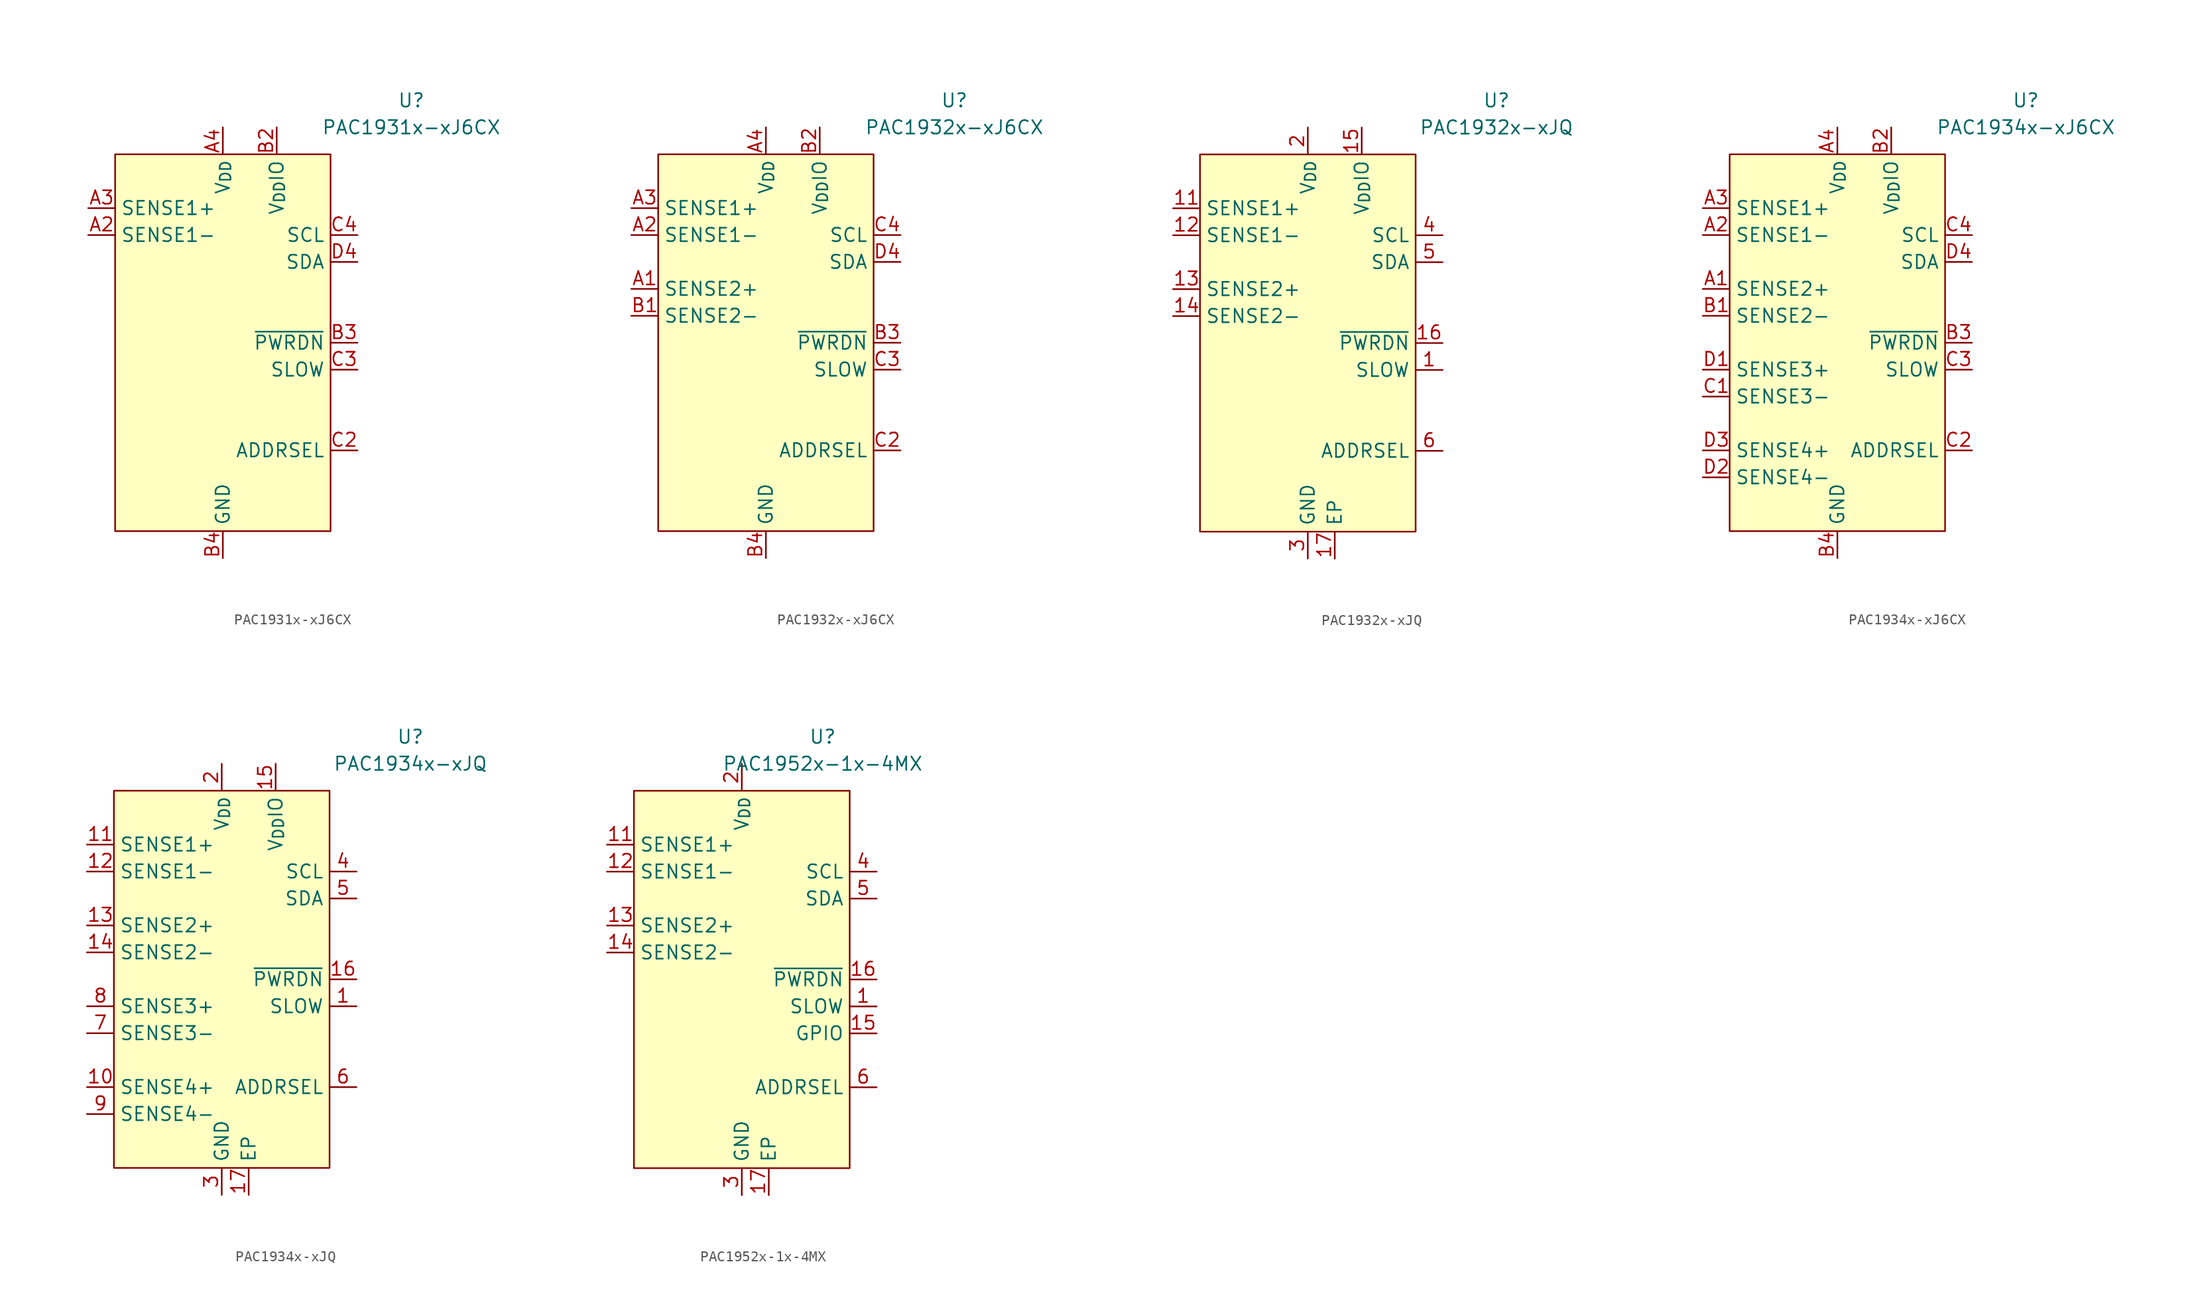
<source format=kicad_sym>
(kicad_symbol_lib
  (version 20211014)
  (generator kicad_symbol_editor)
  (symbol "PAC1931x-xJ6CX"
    (property "Reference" "U"
      (at 17.78 22.86 0)
      (effects (font (size 1.27 1.27))))
    (property "Value" "PAC1931x-xJ6CX"
      (at 17.78 20.32 0)
      (effects (font (size 1.27 1.27))))
    (symbol "PAC1931x-xJ6CX_0_0"
      (pin passive line (at 0 -20.32 90) (length 2.54) hide (name "GND" (effects (font (size 1.27 1.27)))) (number "A1" (effects (font (size 1.27 1.27)))))
      (pin input line (at -12.7 10.16 0) (length 2.54) (name "SENSE1-" (effects (font (size 1.27 1.27)))) (number "A2" (effects (font (size 1.27 1.27)))))
      (pin input line (at -12.7 12.7 0) (length 2.54) (name "SENSE1+" (effects (font (size 1.27 1.27)))) (number "A3" (effects (font (size 1.27 1.27)))))
      (pin power_in line (at 0 20.32 270) (length 2.54) (name "V_{DD}" (effects (font (size 1.27 1.27)))) (number "A4" (effects (font (size 1.27 1.27)))))
      (pin passive line (at 0 -20.32 90) (length 2.54) hide (name "GND" (effects (font (size 1.27 1.27)))) (number "B1" (effects (font (size 1.27 1.27)))))
      (pin input line (at 5.08 20.32 270) (length 2.54) (name "V_{DD}IO" (effects (font (size 1.27 1.27)))) (number "B2" (effects (font (size 1.27 1.27)))))
      (pin input line (at 12.7 0 180) (length 2.54) (name "~{PWRDN}" (effects (font (size 1.27 1.27)))) (number "B3" (effects (font (size 1.27 1.27)))))
      (pin power_in line (at 0 -20.32 90) (length 2.54) (name "GND" (effects (font (size 1.27 1.27)))) (number "B4" (effects (font (size 1.27 1.27)))))
      (pin passive line (at 0 -20.32 90) (length 2.54) hide (name "GND" (effects (font (size 1.27 1.27)))) (number "C1" (effects (font (size 1.27 1.27)))))
      (pin passive line (at 12.7 -10.16 180) (length 2.54) (name "ADDRSEL" (effects (font (size 1.27 1.27)))) (number "C2" (effects (font (size 1.27 1.27)))))
      (pin input line (at 12.7 -2.54 180) (length 2.54) (name "SLOW" (effects (font (size 1.27 1.27)))) (number "C3" (effects (font (size 1.27 1.27)))) (alternate "~{ALERT1}" open_collector line))
      (pin input line (at 12.7 10.16 180) (length 2.54) (name "SCL" (effects (font (size 1.27 1.27)))) (number "C4" (effects (font (size 1.27 1.27)))) (alternate "SM_CLK" input line))
      (pin passive line (at 0 -20.32 90) (length 2.54) hide (name "GND" (effects (font (size 1.27 1.27)))) (number "D1" (effects (font (size 1.27 1.27)))))
      (pin passive line (at 0 -20.32 90) (length 2.54) hide (name "GND" (effects (font (size 1.27 1.27)))) (number "D2" (effects (font (size 1.27 1.27)))))
      (pin passive line (at 0 -20.32 90) (length 2.54) hide (name "GND" (effects (font (size 1.27 1.27)))) (number "D3" (effects (font (size 1.27 1.27)))))
      (pin bidirectional line (at 12.7 7.62 180) (length 2.54) (name "SDA" (effects (font (size 1.27 1.27)))) (number "D4" (effects (font (size 1.27 1.27)))) (alternate "SM_DATA" bidirectional line)))
    (symbol "PAC1931x-xJ6CX_0_1"
      (rectangle (start -10.16 17.78) (end 10.16 -17.78) (stroke (width 0) (type default) (color 0 0 0 0)) (fill (type background)))))
  (symbol "PAC1932x-xJ6CX"
    (property "Reference" "U"
      (at 17.78 22.86 0)
      (effects (font (size 1.27 1.27))))
    (property "Value" "PAC1932x-xJ6CX"
      (at 17.78 20.32 0)
      (effects (font (size 1.27 1.27))))
    (symbol "PAC1932x-xJ6CX_0_0"
      (pin input line (at -12.7 5.08 0) (length 2.54) (name "SENSE2+" (effects (font (size 1.27 1.27)))) (number "A1" (effects (font (size 1.27 1.27)))))
      (pin input line (at -12.7 10.16 0) (length 2.54) (name "SENSE1-" (effects (font (size 1.27 1.27)))) (number "A2" (effects (font (size 1.27 1.27)))))
      (pin input line (at -12.7 12.7 0) (length 2.54) (name "SENSE1+" (effects (font (size 1.27 1.27)))) (number "A3" (effects (font (size 1.27 1.27)))))
      (pin power_in line (at 0 20.32 270) (length 2.54) (name "V_{DD}" (effects (font (size 1.27 1.27)))) (number "A4" (effects (font (size 1.27 1.27)))))
      (pin input line (at -12.7 2.54 0) (length 2.54) (name "SENSE2-" (effects (font (size 1.27 1.27)))) (number "B1" (effects (font (size 1.27 1.27)))))
      (pin input line (at 5.08 20.32 270) (length 2.54) (name "V_{DD}IO" (effects (font (size 1.27 1.27)))) (number "B2" (effects (font (size 1.27 1.27)))))
      (pin input line (at 12.7 0 180) (length 2.54) (name "~{PWRDN}" (effects (font (size 1.27 1.27)))) (number "B3" (effects (font (size 1.27 1.27)))))
      (pin power_in line (at 0 -20.32 90) (length 2.54) (name "GND" (effects (font (size 1.27 1.27)))) (number "B4" (effects (font (size 1.27 1.27)))))
      (pin passive line (at 0 -20.32 90) (length 2.54) hide (name "GND" (effects (font (size 1.27 1.27)))) (number "C1" (effects (font (size 1.27 1.27)))))
      (pin passive line (at 12.7 -10.16 180) (length 2.54) (name "ADDRSEL" (effects (font (size 1.27 1.27)))) (number "C2" (effects (font (size 1.27 1.27)))))
      (pin input line (at 12.7 -2.54 180) (length 2.54) (name "SLOW" (effects (font (size 1.27 1.27)))) (number "C3" (effects (font (size 1.27 1.27)))) (alternate "~{ALERT1}" open_collector line))
      (pin input line (at 12.7 10.16 180) (length 2.54) (name "SCL" (effects (font (size 1.27 1.27)))) (number "C4" (effects (font (size 1.27 1.27)))) (alternate "SM_CLK" input line))
      (pin passive line (at 0 -20.32 90) (length 2.54) hide (name "GND" (effects (font (size 1.27 1.27)))) (number "D1" (effects (font (size 1.27 1.27)))))
      (pin passive line (at 0 -20.32 90) (length 2.54) hide (name "GND" (effects (font (size 1.27 1.27)))) (number "D2" (effects (font (size 1.27 1.27)))))
      (pin passive line (at 0 -20.32 90) (length 2.54) hide (name "GND" (effects (font (size 1.27 1.27)))) (number "D3" (effects (font (size 1.27 1.27)))))
      (pin bidirectional line (at 12.7 7.62 180) (length 2.54) (name "SDA" (effects (font (size 1.27 1.27)))) (number "D4" (effects (font (size 1.27 1.27)))) (alternate "SM_DATA" bidirectional line)))
    (symbol "PAC1932x-xJ6CX_0_1"
      (rectangle (start -10.16 17.78) (end 10.16 -17.78) (stroke (width 0) (type default) (color 0 0 0 0)) (fill (type background)))))
  (symbol "PAC1932x-xJQ"
    (property "Reference" "U"
      (at 17.78 22.86 0)
      (effects (font (size 1.27 1.27))))
    (property "Value" "PAC1932x-xJQ"
      (at 17.78 20.32 0)
      (effects (font (size 1.27 1.27))))
    (symbol "PAC1932x-xJQ_0_0"
      (pin input line (at 12.7 -2.54 180) (length 2.54) (name "SLOW" (effects (font (size 1.27 1.27)))) (number "1" (effects (font (size 1.27 1.27)))) (alternate "~{ALERT1}" open_collector line))
      (pin passive line (at 0 -20.32 90) (length 2.54) hide (name "GND" (effects (font (size 1.27 1.27)))) (number "10" (effects (font (size 1.27 1.27)))))
      (pin input line (at -12.7 12.7 0) (length 2.54) (name "SENSE1+" (effects (font (size 1.27 1.27)))) (number "11" (effects (font (size 1.27 1.27)))))
      (pin input line (at -12.7 10.16 0) (length 2.54) (name "SENSE1-" (effects (font (size 1.27 1.27)))) (number "12" (effects (font (size 1.27 1.27)))))
      (pin input line (at -12.7 5.08 0) (length 2.54) (name "SENSE2+" (effects (font (size 1.27 1.27)))) (number "13" (effects (font (size 1.27 1.27)))))
      (pin input line (at -12.7 2.54 0) (length 2.54) (name "SENSE2-" (effects (font (size 1.27 1.27)))) (number "14" (effects (font (size 1.27 1.27)))))
      (pin input line (at 5.08 20.32 270) (length 2.54) (name "V_{DD}IO" (effects (font (size 1.27 1.27)))) (number "15" (effects (font (size 1.27 1.27)))))
      (pin input line (at 12.7 0 180) (length 2.54) (name "~{PWRDN}" (effects (font (size 1.27 1.27)))) (number "16" (effects (font (size 1.27 1.27)))))
      (pin passive line (at 2.54 -20.32 90) (length 2.54) (name "EP" (effects (font (size 1.27 1.27)))) (number "17" (effects (font (size 1.27 1.27)))))
      (pin power_in line (at 0 20.32 270) (length 2.54) (name "V_{DD}" (effects (font (size 1.27 1.27)))) (number "2" (effects (font (size 1.27 1.27)))))
      (pin power_in line (at 0 -20.32 90) (length 2.54) (name "GND" (effects (font (size 1.27 1.27)))) (number "3" (effects (font (size 1.27 1.27)))))
      (pin input line (at 12.7 10.16 180) (length 2.54) (name "SCL" (effects (font (size 1.27 1.27)))) (number "4" (effects (font (size 1.27 1.27)))) (alternate "SM_CLK" input line))
      (pin bidirectional line (at 12.7 7.62 180) (length 2.54) (name "SDA" (effects (font (size 1.27 1.27)))) (number "5" (effects (font (size 1.27 1.27)))) (alternate "SM_DATA" bidirectional line))
      (pin passive line (at 12.7 -10.16 180) (length 2.54) (name "ADDRSEL" (effects (font (size 1.27 1.27)))) (number "6" (effects (font (size 1.27 1.27)))))
      (pin passive line (at 0 -20.32 90) (length 2.54) hide (name "GND" (effects (font (size 1.27 1.27)))) (number "7" (effects (font (size 1.27 1.27)))))
      (pin passive line (at 0 -20.32 90) (length 2.54) hide (name "GND" (effects (font (size 1.27 1.27)))) (number "8" (effects (font (size 1.27 1.27)))))
      (pin passive line (at 0 -20.32 90) (length 2.54) hide (name "GND" (effects (font (size 1.27 1.27)))) (number "9" (effects (font (size 1.27 1.27))))))
    (symbol "PAC1932x-xJQ_0_1"
      (rectangle (start -10.16 17.78) (end 10.16 -17.78) (stroke (width 0) (type default) (color 0 0 0 0)) (fill (type background)))))
  (symbol "PAC1934x-xJ6CX"
    (property "Reference" "U"
      (at 17.78 22.86 0)
      (effects (font (size 1.27 1.27))))
    (property "Value" "PAC1934x-xJ6CX"
      (at 17.78 20.32 0)
      (effects (font (size 1.27 1.27))))
    (symbol "PAC1934x-xJ6CX_0_0"
      (pin input line (at -12.7 5.08 0) (length 2.54) (name "SENSE2+" (effects (font (size 1.27 1.27)))) (number "A1" (effects (font (size 1.27 1.27)))))
      (pin input line (at -12.7 10.16 0) (length 2.54) (name "SENSE1-" (effects (font (size 1.27 1.27)))) (number "A2" (effects (font (size 1.27 1.27)))))
      (pin input line (at -12.7 12.7 0) (length 2.54) (name "SENSE1+" (effects (font (size 1.27 1.27)))) (number "A3" (effects (font (size 1.27 1.27)))))
      (pin power_in line (at 0 20.32 270) (length 2.54) (name "V_{DD}" (effects (font (size 1.27 1.27)))) (number "A4" (effects (font (size 1.27 1.27)))))
      (pin input line (at -12.7 2.54 0) (length 2.54) (name "SENSE2-" (effects (font (size 1.27 1.27)))) (number "B1" (effects (font (size 1.27 1.27)))))
      (pin input line (at 5.08 20.32 270) (length 2.54) (name "V_{DD}IO" (effects (font (size 1.27 1.27)))) (number "B2" (effects (font (size 1.27 1.27)))))
      (pin input line (at 12.7 0 180) (length 2.54) (name "~{PWRDN}" (effects (font (size 1.27 1.27)))) (number "B3" (effects (font (size 1.27 1.27)))))
      (pin power_in line (at 0 -20.32 90) (length 2.54) (name "GND" (effects (font (size 1.27 1.27)))) (number "B4" (effects (font (size 1.27 1.27)))))
      (pin input line (at -12.7 -5.08 0) (length 2.54) (name "SENSE3-" (effects (font (size 1.27 1.27)))) (number "C1" (effects (font (size 1.27 1.27)))))
      (pin passive line (at 12.7 -10.16 180) (length 2.54) (name "ADDRSEL" (effects (font (size 1.27 1.27)))) (number "C2" (effects (font (size 1.27 1.27)))))
      (pin input line (at 12.7 -2.54 180) (length 2.54) (name "SLOW" (effects (font (size 1.27 1.27)))) (number "C3" (effects (font (size 1.27 1.27)))) (alternate "~{ALERT1}" open_collector line))
      (pin input line (at 12.7 10.16 180) (length 2.54) (name "SCL" (effects (font (size 1.27 1.27)))) (number "C4" (effects (font (size 1.27 1.27)))) (alternate "SM_CLK" input line))
      (pin input line (at -12.7 -2.54 0) (length 2.54) (name "SENSE3+" (effects (font (size 1.27 1.27)))) (number "D1" (effects (font (size 1.27 1.27)))))
      (pin input line (at -12.7 -12.7 0) (length 2.54) (name "SENSE4-" (effects (font (size 1.27 1.27)))) (number "D2" (effects (font (size 1.27 1.27)))))
      (pin input line (at -12.7 -10.16 0) (length 2.54) (name "SENSE4+" (effects (font (size 1.27 1.27)))) (number "D3" (effects (font (size 1.27 1.27)))))
      (pin bidirectional line (at 12.7 7.62 180) (length 2.54) (name "SDA" (effects (font (size 1.27 1.27)))) (number "D4" (effects (font (size 1.27 1.27)))) (alternate "SM_DATA" bidirectional line)))
    (symbol "PAC1934x-xJ6CX_0_1"
      (rectangle (start -10.16 17.78) (end 10.16 -17.78) (stroke (width 0) (type default) (color 0 0 0 0)) (fill (type background)))))
  (symbol "PAC1934x-xJQ"
    (property "Reference" "U"
      (at 17.78 22.86 0)
      (effects (font (size 1.27 1.27))))
    (property "Value" "PAC1934x-xJQ"
      (at 17.78 20.32 0)
      (effects (font (size 1.27 1.27))))
    (symbol "PAC1934x-xJQ_0_0"
      (pin input line (at 12.7 -2.54 180) (length 2.54) (name "SLOW" (effects (font (size 1.27 1.27)))) (number "1" (effects (font (size 1.27 1.27)))) (alternate "~{ALERT1}" open_collector line))
      (pin input line (at -12.7 -10.16 0) (length 2.54) (name "SENSE4+" (effects (font (size 1.27 1.27)))) (number "10" (effects (font (size 1.27 1.27)))))
      (pin input line (at -12.7 12.7 0) (length 2.54) (name "SENSE1+" (effects (font (size 1.27 1.27)))) (number "11" (effects (font (size 1.27 1.27)))))
      (pin input line (at -12.7 10.16 0) (length 2.54) (name "SENSE1-" (effects (font (size 1.27 1.27)))) (number "12" (effects (font (size 1.27 1.27)))))
      (pin input line (at -12.7 5.08 0) (length 2.54) (name "SENSE2+" (effects (font (size 1.27 1.27)))) (number "13" (effects (font (size 1.27 1.27)))))
      (pin input line (at -12.7 2.54 0) (length 2.54) (name "SENSE2-" (effects (font (size 1.27 1.27)))) (number "14" (effects (font (size 1.27 1.27)))))
      (pin input line (at 5.08 20.32 270) (length 2.54) (name "V_{DD}IO" (effects (font (size 1.27 1.27)))) (number "15" (effects (font (size 1.27 1.27)))))
      (pin input line (at 12.7 0 180) (length 2.54) (name "~{PWRDN}" (effects (font (size 1.27 1.27)))) (number "16" (effects (font (size 1.27 1.27)))))
      (pin passive line (at 2.54 -20.32 90) (length 2.54) (name "EP" (effects (font (size 1.27 1.27)))) (number "17" (effects (font (size 1.27 1.27)))))
      (pin power_in line (at 0 20.32 270) (length 2.54) (name "V_{DD}" (effects (font (size 1.27 1.27)))) (number "2" (effects (font (size 1.27 1.27)))))
      (pin power_in line (at 0 -20.32 90) (length 2.54) (name "GND" (effects (font (size 1.27 1.27)))) (number "3" (effects (font (size 1.27 1.27)))))
      (pin input line (at 12.7 10.16 180) (length 2.54) (name "SCL" (effects (font (size 1.27 1.27)))) (number "4" (effects (font (size 1.27 1.27)))) (alternate "SM_CLK" input line))
      (pin bidirectional line (at 12.7 7.62 180) (length 2.54) (name "SDA" (effects (font (size 1.27 1.27)))) (number "5" (effects (font (size 1.27 1.27)))) (alternate "SM_DATA" bidirectional line))
      (pin passive line (at 12.7 -10.16 180) (length 2.54) (name "ADDRSEL" (effects (font (size 1.27 1.27)))) (number "6" (effects (font (size 1.27 1.27)))))
      (pin input line (at -12.7 -5.08 0) (length 2.54) (name "SENSE3-" (effects (font (size 1.27 1.27)))) (number "7" (effects (font (size 1.27 1.27)))))
      (pin input line (at -12.7 -2.54 0) (length 2.54) (name "SENSE3+" (effects (font (size 1.27 1.27)))) (number "8" (effects (font (size 1.27 1.27)))))
      (pin input line (at -12.7 -12.7 0) (length 2.54) (name "SENSE4-" (effects (font (size 1.27 1.27)))) (number "9" (effects (font (size 1.27 1.27))))))
    (symbol "PAC1934x-xJQ_0_1"
      (rectangle (start -10.16 17.78) (end 10.16 -17.78) (stroke (width 0) (type default) (color 0 0 0 0)) (fill (type background)))))
  (symbol "PAC1952x-1x-4MX"
    (property "Reference" "U"
      (at 7.62 22.86 0)
      (effects (font (size 1.27 1.27))))
    (property "Value" "PAC1952x-1x-4MX"
      (at 7.62 20.32 0)
      (effects (font (size 1.27 1.27))))
    (symbol "PAC1952x-1x-4MX_0_0"
      (pin input line (at 12.7 -2.54 180) (length 2.54) (name "SLOW" (effects (font (size 1.27 1.27)))) (number "1" (effects (font (size 1.27 1.27)))) (alternate "GPIO" bidirectional line) (alternate "~{ALERT1}" open_collector line))
      (pin passive line (at 0 -20.32 90) (length 2.54) hide (name "GND" (effects (font (size 1.27 1.27)))) (number "10" (effects (font (size 1.27 1.27)))))
      (pin input line (at -12.7 12.7 0) (length 2.54) (name "SENSE1+" (effects (font (size 1.27 1.27)))) (number "11" (effects (font (size 1.27 1.27)))))
      (pin input line (at -12.7 10.16 0) (length 2.54) (name "SENSE1-" (effects (font (size 1.27 1.27)))) (number "12" (effects (font (size 1.27 1.27)))))
      (pin input line (at -12.7 5.08 0) (length 2.54) (name "SENSE2+" (effects (font (size 1.27 1.27)))) (number "13" (effects (font (size 1.27 1.27)))))
      (pin input line (at -12.7 2.54 0) (length 2.54) (name "SENSE2-" (effects (font (size 1.27 1.27)))) (number "14" (effects (font (size 1.27 1.27)))))
      (pin bidirectional line (at 12.7 -5.08 180) (length 2.54) (name "GPIO" (effects (font (size 1.27 1.27)))) (number "15" (effects (font (size 1.27 1.27)))) (alternate "~{ALERT2}" open_collector line))
      (pin input line (at 12.7 0 180) (length 2.54) (name "~{PWRDN}" (effects (font (size 1.27 1.27)))) (number "16" (effects (font (size 1.27 1.27)))))
      (pin passive line (at 2.54 -20.32 90) (length 2.54) (name "EP" (effects (font (size 1.27 1.27)))) (number "17" (effects (font (size 1.27 1.27)))))
      (pin power_in line (at 0 20.32 270) (length 2.54) (name "V_{DD}" (effects (font (size 1.27 1.27)))) (number "2" (effects (font (size 1.27 1.27)))))
      (pin power_in line (at 0 -20.32 90) (length 2.54) (name "GND" (effects (font (size 1.27 1.27)))) (number "3" (effects (font (size 1.27 1.27)))))
      (pin input line (at 12.7 10.16 180) (length 2.54) (name "SCL" (effects (font (size 1.27 1.27)))) (number "4" (effects (font (size 1.27 1.27)))) (alternate "SM_CLK" input line))
      (pin bidirectional line (at 12.7 7.62 180) (length 2.54) (name "SDA" (effects (font (size 1.27 1.27)))) (number "5" (effects (font (size 1.27 1.27)))) (alternate "SM_DATA" bidirectional line))
      (pin passive line (at 12.7 -10.16 180) (length 2.54) (name "ADDRSEL" (effects (font (size 1.27 1.27)))) (number "6" (effects (font (size 1.27 1.27)))))
      (pin passive line (at 0 -20.32 90) (length 2.54) hide (name "GND" (effects (font (size 1.27 1.27)))) (number "7" (effects (font (size 1.27 1.27)))))
      (pin passive line (at 0 -20.32 90) (length 2.54) hide (name "GND" (effects (font (size 1.27 1.27)))) (number "8" (effects (font (size 1.27 1.27)))))
      (pin passive line (at 0 -20.32 90) (length 2.54) hide (name "GND" (effects (font (size 1.27 1.27)))) (number "9" (effects (font (size 1.27 1.27))))))
    (symbol "PAC1952x-1x-4MX_0_1"
      (rectangle (start -10.16 17.78) (end 10.16 -17.78) (stroke (width 0) (type default) (color 0 0 0 0)) (fill (type background))))))
</source>
